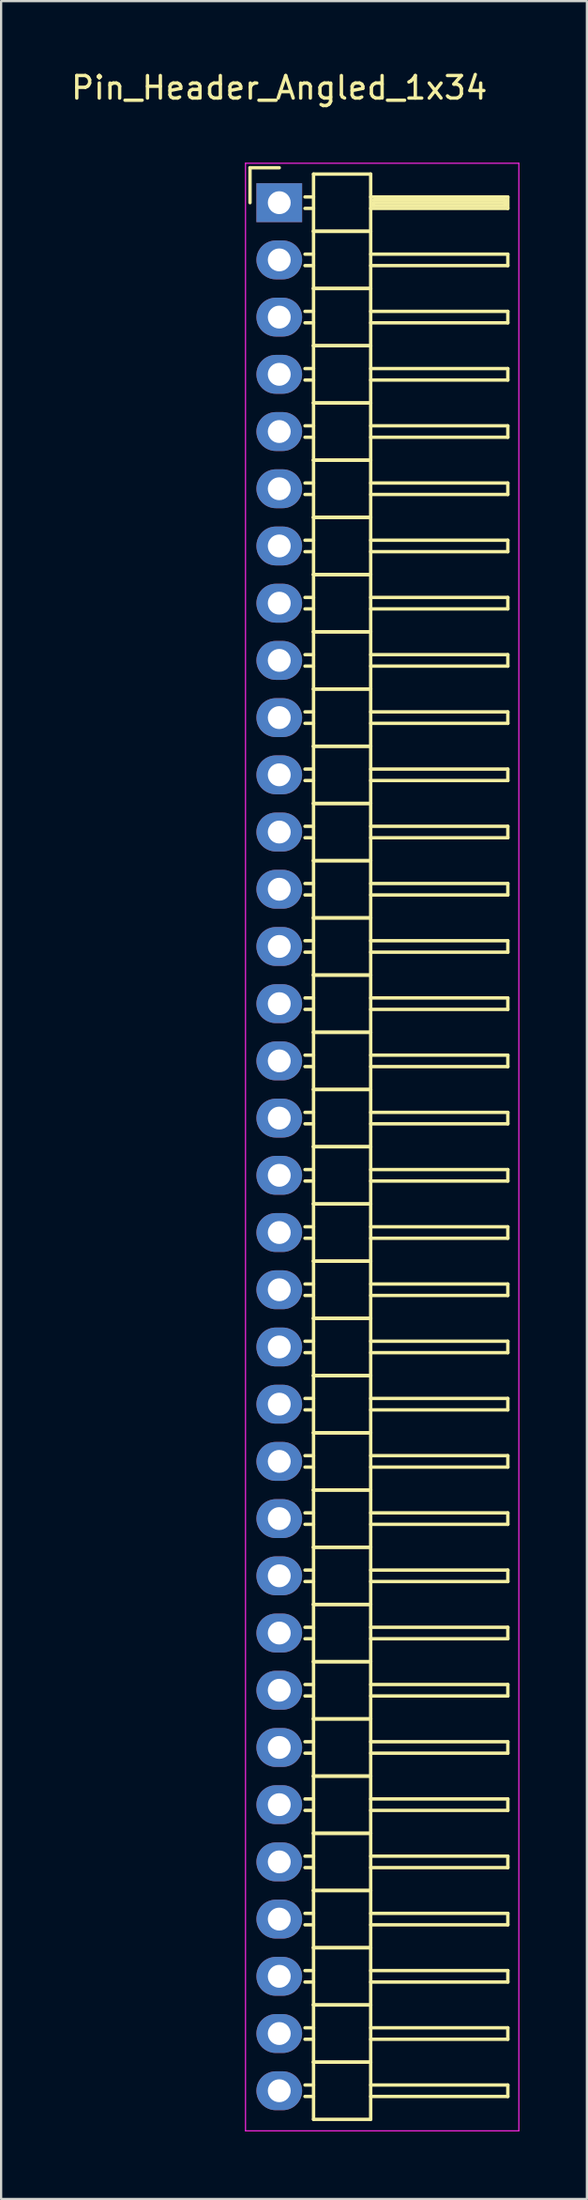
<source format=kicad_pcb>
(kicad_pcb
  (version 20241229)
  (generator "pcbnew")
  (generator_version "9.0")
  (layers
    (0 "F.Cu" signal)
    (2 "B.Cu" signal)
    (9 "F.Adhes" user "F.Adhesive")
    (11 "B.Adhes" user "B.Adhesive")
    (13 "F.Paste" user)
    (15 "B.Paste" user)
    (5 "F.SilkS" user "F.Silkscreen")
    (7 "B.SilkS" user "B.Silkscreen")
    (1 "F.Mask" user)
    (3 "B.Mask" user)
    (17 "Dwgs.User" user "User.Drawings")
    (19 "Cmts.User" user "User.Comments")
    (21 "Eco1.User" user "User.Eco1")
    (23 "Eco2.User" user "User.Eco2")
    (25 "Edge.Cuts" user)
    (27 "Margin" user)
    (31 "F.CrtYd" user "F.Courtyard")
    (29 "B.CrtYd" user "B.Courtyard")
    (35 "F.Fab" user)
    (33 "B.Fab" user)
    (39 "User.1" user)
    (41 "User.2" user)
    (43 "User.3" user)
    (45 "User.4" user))
  (footprint "Pin_Header_Angled_1x34"
    (layer "F.Cu")
    (at 9.363 5.948)
    (property "Reference" "Pin_Header_Angled_1x34" (at 0 -5.1 0) (layer "F.SilkS") (effects (font (size 1 1) (thickness 0.15))))
    (attr through_hole)
    (fp_line (start -1.3 -1.55) (end -1.3 0) (stroke (width 0.15) (type solid)) (layer "F.SilkS"))
    (fp_line (start 0 -1.55) (end -1.3 -1.55) (stroke (width 0.15) (type solid)) (layer "F.SilkS"))
    (fp_line (start 1.524 -1.27) (end 1.524 1.27) (stroke (width 0.15) (type solid)) (layer "F.SilkS"))
    (fp_line (start 1.524 -1.27) (end 4.064 -1.27) (stroke (width 0.15) (type solid)) (layer "F.SilkS"))
    (fp_line (start 1.524 -0.254) (end 1.143 -0.254) (stroke (width 0.15) (type solid)) (layer "F.SilkS"))
    (fp_line (start 1.524 0.254) (end 1.143 0.254) (stroke (width 0.15) (type solid)) (layer "F.SilkS"))
    (fp_line (start 1.524 1.27) (end 1.524 3.81) (stroke (width 0.15) (type solid)) (layer "F.SilkS"))
    (fp_line (start 1.524 1.27) (end 4.064 1.27) (stroke (width 0.15) (type solid)) (layer "F.SilkS"))
    (fp_line (start 1.524 1.27) (end 4.064 1.27) (stroke (width 0.15) (type solid)) (layer "F.SilkS"))
    (fp_line (start 1.524 2.286) (end 1.143 2.286) (stroke (width 0.15) (type solid)) (layer "F.SilkS"))
    (fp_line (start 1.524 2.794) (end 1.143 2.794) (stroke (width 0.15) (type solid)) (layer "F.SilkS"))
    (fp_line (start 1.524 3.81) (end 1.524 6.35) (stroke (width 0.15) (type solid)) (layer "F.SilkS"))
    (fp_line (start 1.524 3.81) (end 4.064 3.81) (stroke (width 0.15) (type solid)) (layer "F.SilkS"))
    (fp_line (start 1.524 3.81) (end 4.064 3.81) (stroke (width 0.15) (type solid)) (layer "F.SilkS"))
    (fp_line (start 1.524 4.826) (end 1.143 4.826) (stroke (width 0.15) (type solid)) (layer "F.SilkS"))
    (fp_line (start 1.524 5.334) (end 1.143 5.334) (stroke (width 0.15) (type solid)) (layer "F.SilkS"))
    (fp_line (start 1.524 6.35) (end 1.524 8.89) (stroke (width 0.15) (type solid)) (layer "F.SilkS"))
    (fp_line (start 1.524 6.35) (end 4.064 6.35) (stroke (width 0.15) (type solid)) (layer "F.SilkS"))
    (fp_line (start 1.524 6.35) (end 4.064 6.35) (stroke (width 0.15) (type solid)) (layer "F.SilkS"))
    (fp_line (start 1.524 7.366) (end 1.143 7.366) (stroke (width 0.15) (type solid)) (layer "F.SilkS"))
    (fp_line (start 1.524 7.874) (end 1.143 7.874) (stroke (width 0.15) (type solid)) (layer "F.SilkS"))
    (fp_line (start 1.524 8.89) (end 1.524 11.43) (stroke (width 0.15) (type solid)) (layer "F.SilkS"))
    (fp_line (start 1.524 8.89) (end 4.064 8.89) (stroke (width 0.15) (type solid)) (layer "F.SilkS"))
    (fp_line (start 1.524 8.89) (end 4.064 8.89) (stroke (width 0.15) (type solid)) (layer "F.SilkS"))
    (fp_line (start 1.524 9.906) (end 1.143 9.906) (stroke (width 0.15) (type solid)) (layer "F.SilkS"))
    (fp_line (start 1.524 10.414) (end 1.143 10.414) (stroke (width 0.15) (type solid)) (layer "F.SilkS"))
    (fp_line (start 1.524 11.43) (end 1.524 13.97) (stroke (width 0.15) (type solid)) (layer "F.SilkS"))
    (fp_line (start 1.524 11.43) (end 4.064 11.43) (stroke (width 0.15) (type solid)) (layer "F.SilkS"))
    (fp_line (start 1.524 11.43) (end 4.064 11.43) (stroke (width 0.15) (type solid)) (layer "F.SilkS"))
    (fp_line (start 1.524 12.446) (end 1.143 12.446) (stroke (width 0.15) (type solid)) (layer "F.SilkS"))
    (fp_line (start 1.524 12.954) (end 1.143 12.954) (stroke (width 0.15) (type solid)) (layer "F.SilkS"))
    (fp_line (start 1.524 13.97) (end 1.524 16.51) (stroke (width 0.15) (type solid)) (layer "F.SilkS"))
    (fp_line (start 1.524 13.97) (end 4.064 13.97) (stroke (width 0.15) (type solid)) (layer "F.SilkS"))
    (fp_line (start 1.524 13.97) (end 4.064 13.97) (stroke (width 0.15) (type solid)) (layer "F.SilkS"))
    (fp_line (start 1.524 14.986) (end 1.143 14.986) (stroke (width 0.15) (type solid)) (layer "F.SilkS"))
    (fp_line (start 1.524 15.494) (end 1.143 15.494) (stroke (width 0.15) (type solid)) (layer "F.SilkS"))
    (fp_line (start 1.524 16.51) (end 1.524 19.05) (stroke (width 0.15) (type solid)) (layer "F.SilkS"))
    (fp_line (start 1.524 16.51) (end 4.064 16.51) (stroke (width 0.15) (type solid)) (layer "F.SilkS"))
    (fp_line (start 1.524 16.51) (end 4.064 16.51) (stroke (width 0.15) (type solid)) (layer "F.SilkS"))
    (fp_line (start 1.524 17.526) (end 1.143 17.526) (stroke (width 0.15) (type solid)) (layer "F.SilkS"))
    (fp_line (start 1.524 18.034) (end 1.143 18.034) (stroke (width 0.15) (type solid)) (layer "F.SilkS"))
    (fp_line (start 1.524 19.05) (end 1.524 21.59) (stroke (width 0.15) (type solid)) (layer "F.SilkS"))
    (fp_line (start 1.524 19.05) (end 4.064 19.05) (stroke (width 0.15) (type solid)) (layer "F.SilkS"))
    (fp_line (start 1.524 19.05) (end 4.064 19.05) (stroke (width 0.15) (type solid)) (layer "F.SilkS"))
    (fp_line (start 1.524 20.066) (end 1.143 20.066) (stroke (width 0.15) (type solid)) (layer "F.SilkS"))
    (fp_line (start 1.524 20.574) (end 1.143 20.574) (stroke (width 0.15) (type solid)) (layer "F.SilkS"))
    (fp_line (start 1.524 21.59) (end 1.524 24.13) (stroke (width 0.15) (type solid)) (layer "F.SilkS"))
    (fp_line (start 1.524 21.59) (end 4.064 21.59) (stroke (width 0.15) (type solid)) (layer "F.SilkS"))
    (fp_line (start 1.524 21.59) (end 4.064 21.59) (stroke (width 0.15) (type solid)) (layer "F.SilkS"))
    (fp_line (start 1.524 22.606) (end 1.143 22.606) (stroke (width 0.15) (type solid)) (layer "F.SilkS"))
    (fp_line (start 1.524 23.114) (end 1.143 23.114) (stroke (width 0.15) (type solid)) (layer "F.SilkS"))
    (fp_line (start 1.524 24.13) (end 1.524 26.67) (stroke (width 0.15) (type solid)) (layer "F.SilkS"))
    (fp_line (start 1.524 24.13) (end 4.064 24.13) (stroke (width 0.15) (type solid)) (layer "F.SilkS"))
    (fp_line (start 1.524 24.13) (end 4.064 24.13) (stroke (width 0.15) (type solid)) (layer "F.SilkS"))
    (fp_line (start 1.524 25.146) (end 1.143 25.146) (stroke (width 0.15) (type solid)) (layer "F.SilkS"))
    (fp_line (start 1.524 25.654) (end 1.143 25.654) (stroke (width 0.15) (type solid)) (layer "F.SilkS"))
    (fp_line (start 1.524 26.67) (end 1.524 29.21) (stroke (width 0.15) (type solid)) (layer "F.SilkS"))
    (fp_line (start 1.524 26.67) (end 4.064 26.67) (stroke (width 0.15) (type solid)) (layer "F.SilkS"))
    (fp_line (start 1.524 26.67) (end 4.064 26.67) (stroke (width 0.15) (type solid)) (layer "F.SilkS"))
    (fp_line (start 1.524 27.686) (end 1.143 27.686) (stroke (width 0.15) (type solid)) (layer "F.SilkS"))
    (fp_line (start 1.524 28.194) (end 1.143 28.194) (stroke (width 0.15) (type solid)) (layer "F.SilkS"))
    (fp_line (start 1.524 29.21) (end 1.524 31.75) (stroke (width 0.15) (type solid)) (layer "F.SilkS"))
    (fp_line (start 1.524 29.21) (end 4.064 29.21) (stroke (width 0.15) (type solid)) (layer "F.SilkS"))
    (fp_line (start 1.524 29.21) (end 4.064 29.21) (stroke (width 0.15) (type solid)) (layer "F.SilkS"))
    (fp_line (start 1.524 30.226) (end 1.143 30.226) (stroke (width 0.15) (type solid)) (layer "F.SilkS"))
    (fp_line (start 1.524 30.734) (end 1.143 30.734) (stroke (width 0.15) (type solid)) (layer "F.SilkS"))
    (fp_line (start 1.524 31.75) (end 1.524 34.29) (stroke (width 0.15) (type solid)) (layer "F.SilkS"))
    (fp_line (start 1.524 31.75) (end 4.064 31.75) (stroke (width 0.15) (type solid)) (layer "F.SilkS"))
    (fp_line (start 1.524 31.75) (end 4.064 31.75) (stroke (width 0.15) (type solid)) (layer "F.SilkS"))
    (fp_line (start 1.524 32.766) (end 1.143 32.766) (stroke (width 0.15) (type solid)) (layer "F.SilkS"))
    (fp_line (start 1.524 33.274) (end 1.143 33.274) (stroke (width 0.15) (type solid)) (layer "F.SilkS"))
    (fp_line (start 1.524 34.29) (end 1.524 36.83) (stroke (width 0.15) (type solid)) (layer "F.SilkS"))
    (fp_line (start 1.524 34.29) (end 4.064 34.29) (stroke (width 0.15) (type solid)) (layer "F.SilkS"))
    (fp_line (start 1.524 34.29) (end 4.064 34.29) (stroke (width 0.15) (type solid)) (layer "F.SilkS"))
    (fp_line (start 1.524 35.306) (end 1.143 35.306) (stroke (width 0.15) (type solid)) (layer "F.SilkS"))
    (fp_line (start 1.524 35.814) (end 1.143 35.814) (stroke (width 0.15) (type solid)) (layer "F.SilkS"))
    (fp_line (start 1.524 36.83) (end 1.524 39.37) (stroke (width 0.15) (type solid)) (layer "F.SilkS"))
    (fp_line (start 1.524 36.83) (end 4.064 36.83) (stroke (width 0.15) (type solid)) (layer "F.SilkS"))
    (fp_line (start 1.524 36.83) (end 4.064 36.83) (stroke (width 0.15) (type solid)) (layer "F.SilkS"))
    (fp_line (start 1.524 37.846) (end 1.143 37.846) (stroke (width 0.15) (type solid)) (layer "F.SilkS"))
    (fp_line (start 1.524 38.354) (end 1.143 38.354) (stroke (width 0.15) (type solid)) (layer "F.SilkS"))
    (fp_line (start 1.524 39.37) (end 1.524 41.91) (stroke (width 0.15) (type solid)) (layer "F.SilkS"))
    (fp_line (start 1.524 39.37) (end 4.064 39.37) (stroke (width 0.15) (type solid)) (layer "F.SilkS"))
    (fp_line (start 1.524 39.37) (end 4.064 39.37) (stroke (width 0.15) (type solid)) (layer "F.SilkS"))
    (fp_line (start 1.524 40.386) (end 1.143 40.386) (stroke (width 0.15) (type solid)) (layer "F.SilkS"))
    (fp_line (start 1.524 40.894) (end 1.143 40.894) (stroke (width 0.15) (type solid)) (layer "F.SilkS"))
    (fp_line (start 1.524 41.91) (end 1.524 44.45) (stroke (width 0.15) (type solid)) (layer "F.SilkS"))
    (fp_line (start 1.524 41.91) (end 4.064 41.91) (stroke (width 0.15) (type solid)) (layer "F.SilkS"))
    (fp_line (start 1.524 41.91) (end 4.064 41.91) (stroke (width 0.15) (type solid)) (layer "F.SilkS"))
    (fp_line (start 1.524 42.926) (end 1.143 42.926) (stroke (width 0.15) (type solid)) (layer "F.SilkS"))
    (fp_line (start 1.524 43.434) (end 1.143 43.434) (stroke (width 0.15) (type solid)) (layer "F.SilkS"))
    (fp_line (start 1.524 44.45) (end 1.524 46.99) (stroke (width 0.15) (type solid)) (layer "F.SilkS"))
    (fp_line (start 1.524 44.45) (end 4.064 44.45) (stroke (width 0.15) (type solid)) (layer "F.SilkS"))
    (fp_line (start 1.524 44.45) (end 4.064 44.45) (stroke (width 0.15) (type solid)) (layer "F.SilkS"))
    (fp_line (start 1.524 45.466) (end 1.143 45.466) (stroke (width 0.15) (type solid)) (layer "F.SilkS"))
    (fp_line (start 1.524 45.974) (end 1.143 45.974) (stroke (width 0.15) (type solid)) (layer "F.SilkS"))
    (fp_line (start 1.524 46.99) (end 1.524 49.53) (stroke (width 0.15) (type solid)) (layer "F.SilkS"))
    (fp_line (start 1.524 46.99) (end 4.064 46.99) (stroke (width 0.15) (type solid)) (layer "F.SilkS"))
    (fp_line (start 1.524 46.99) (end 4.064 46.99) (stroke (width 0.15) (type solid)) (layer "F.SilkS"))
    (fp_line (start 1.524 48.006) (end 1.143 48.006) (stroke (width 0.15) (type solid)) (layer "F.SilkS"))
    (fp_line (start 1.524 48.514) (end 1.143 48.514) (stroke (width 0.15) (type solid)) (layer "F.SilkS"))
    (fp_line (start 1.524 49.53) (end 1.524 52.07) (stroke (width 0.15) (type solid)) (layer "F.SilkS"))
    (fp_line (start 1.524 49.53) (end 4.064 49.53) (stroke (width 0.15) (type solid)) (layer "F.SilkS"))
    (fp_line (start 1.524 49.53) (end 4.064 49.53) (stroke (width 0.15) (type solid)) (layer "F.SilkS"))
    (fp_line (start 1.524 50.546) (end 1.143 50.546) (stroke (width 0.15) (type solid)) (layer "F.SilkS"))
    (fp_line (start 1.524 51.054) (end 1.143 51.054) (stroke (width 0.15) (type solid)) (layer "F.SilkS"))
    (fp_line (start 1.524 52.07) (end 1.524 54.61) (stroke (width 0.15) (type solid)) (layer "F.SilkS"))
    (fp_line (start 1.524 52.07) (end 4.064 52.07) (stroke (width 0.15) (type solid)) (layer "F.SilkS"))
    (fp_line (start 1.524 52.07) (end 4.064 52.07) (stroke (width 0.15) (type solid)) (layer "F.SilkS"))
    (fp_line (start 1.524 53.086) (end 1.143 53.086) (stroke (width 0.15) (type solid)) (layer "F.SilkS"))
    (fp_line (start 1.524 53.594) (end 1.143 53.594) (stroke (width 0.15) (type solid)) (layer "F.SilkS"))
    (fp_line (start 1.524 54.61) (end 1.524 57.15) (stroke (width 0.15) (type solid)) (layer "F.SilkS"))
    (fp_line (start 1.524 54.61) (end 4.064 54.61) (stroke (width 0.15) (type solid)) (layer "F.SilkS"))
    (fp_line (start 1.524 54.61) (end 4.064 54.61) (stroke (width 0.15) (type solid)) (layer "F.SilkS"))
    (fp_line (start 1.524 55.626) (end 1.143 55.626) (stroke (width 0.15) (type solid)) (layer "F.SilkS"))
    (fp_line (start 1.524 56.134) (end 1.143 56.134) (stroke (width 0.15) (type solid)) (layer "F.SilkS"))
    (fp_line (start 1.524 57.15) (end 1.524 59.69) (stroke (width 0.15) (type solid)) (layer "F.SilkS"))
    (fp_line (start 1.524 57.15) (end 4.064 57.15) (stroke (width 0.15) (type solid)) (layer "F.SilkS"))
    (fp_line (start 1.524 57.15) (end 4.064 57.15) (stroke (width 0.15) (type solid)) (layer "F.SilkS"))
    (fp_line (start 1.524 58.166) (end 1.143 58.166) (stroke (width 0.15) (type solid)) (layer "F.SilkS"))
    (fp_line (start 1.524 58.674) (end 1.143 58.674) (stroke (width 0.15) (type solid)) (layer "F.SilkS"))
    (fp_line (start 1.524 59.69) (end 1.524 62.23) (stroke (width 0.15) (type solid)) (layer "F.SilkS"))
    (fp_line (start 1.524 59.69) (end 4.064 59.69) (stroke (width 0.15) (type solid)) (layer "F.SilkS"))
    (fp_line (start 1.524 59.69) (end 4.064 59.69) (stroke (width 0.15) (type solid)) (layer "F.SilkS"))
    (fp_line (start 1.524 60.706) (end 1.143 60.706) (stroke (width 0.15) (type solid)) (layer "F.SilkS"))
    (fp_line (start 1.524 61.214) (end 1.143 61.214) (stroke (width 0.15) (type solid)) (layer "F.SilkS"))
    (fp_line (start 1.524 62.23) (end 1.524 64.77) (stroke (width 0.15) (type solid)) (layer "F.SilkS"))
    (fp_line (start 1.524 62.23) (end 4.064 62.23) (stroke (width 0.15) (type solid)) (layer "F.SilkS"))
    (fp_line (start 1.524 62.23) (end 4.064 62.23) (stroke (width 0.15) (type solid)) (layer "F.SilkS"))
    (fp_line (start 1.524 63.246) (end 1.143 63.246) (stroke (width 0.15) (type solid)) (layer "F.SilkS"))
    (fp_line (start 1.524 63.754) (end 1.143 63.754) (stroke (width 0.15) (type solid)) (layer "F.SilkS"))
    (fp_line (start 1.524 64.77) (end 1.524 67.31) (stroke (width 0.15) (type solid)) (layer "F.SilkS"))
    (fp_line (start 1.524 64.77) (end 4.064 64.77) (stroke (width 0.15) (type solid)) (layer "F.SilkS"))
    (fp_line (start 1.524 64.77) (end 4.064 64.77) (stroke (width 0.15) (type solid)) (layer "F.SilkS"))
    (fp_line (start 1.524 65.786) (end 1.143 65.786) (stroke (width 0.15) (type solid)) (layer "F.SilkS"))
    (fp_line (start 1.524 66.294) (end 1.143 66.294) (stroke (width 0.15) (type solid)) (layer "F.SilkS"))
    (fp_line (start 1.524 67.31) (end 1.524 69.85) (stroke (width 0.15) (type solid)) (layer "F.SilkS"))
    (fp_line (start 1.524 67.31) (end 4.064 67.31) (stroke (width 0.15) (type solid)) (layer "F.SilkS"))
    (fp_line (start 1.524 67.31) (end 4.064 67.31) (stroke (width 0.15) (type solid)) (layer "F.SilkS"))
    (fp_line (start 1.524 68.326) (end 1.143 68.326) (stroke (width 0.15) (type solid)) (layer "F.SilkS"))
    (fp_line (start 1.524 68.834) (end 1.143 68.834) (stroke (width 0.15) (type solid)) (layer "F.SilkS"))
    (fp_line (start 1.524 69.85) (end 1.524 72.39) (stroke (width 0.15) (type solid)) (layer "F.SilkS"))
    (fp_line (start 1.524 69.85) (end 4.064 69.85) (stroke (width 0.15) (type solid)) (layer "F.SilkS"))
    (fp_line (start 1.524 69.85) (end 4.064 69.85) (stroke (width 0.15) (type solid)) (layer "F.SilkS"))
    (fp_line (start 1.524 70.866) (end 1.143 70.866) (stroke (width 0.15) (type solid)) (layer "F.SilkS"))
    (fp_line (start 1.524 71.374) (end 1.143 71.374) (stroke (width 0.15) (type solid)) (layer "F.SilkS"))
    (fp_line (start 1.524 72.39) (end 1.524 74.93) (stroke (width 0.15) (type solid)) (layer "F.SilkS"))
    (fp_line (start 1.524 72.39) (end 4.064 72.39) (stroke (width 0.15) (type solid)) (layer "F.SilkS"))
    (fp_line (start 1.524 72.39) (end 4.064 72.39) (stroke (width 0.15) (type solid)) (layer "F.SilkS"))
    (fp_line (start 1.524 73.406) (end 1.143 73.406) (stroke (width 0.15) (type solid)) (layer "F.SilkS"))
    (fp_line (start 1.524 73.914) (end 1.143 73.914) (stroke (width 0.15) (type solid)) (layer "F.SilkS"))
    (fp_line (start 1.524 74.93) (end 1.524 77.47) (stroke (width 0.15) (type solid)) (layer "F.SilkS"))
    (fp_line (start 1.524 74.93) (end 4.064 74.93) (stroke (width 0.15) (type solid)) (layer "F.SilkS"))
    (fp_line (start 1.524 74.93) (end 4.064 74.93) (stroke (width 0.15) (type solid)) (layer "F.SilkS"))
    (fp_line (start 1.524 75.946) (end 1.143 75.946) (stroke (width 0.15) (type solid)) (layer "F.SilkS"))
    (fp_line (start 1.524 76.454) (end 1.143 76.454) (stroke (width 0.15) (type solid)) (layer "F.SilkS"))
    (fp_line (start 1.524 77.47) (end 1.524 80.01) (stroke (width 0.15) (type solid)) (layer "F.SilkS"))
    (fp_line (start 1.524 77.47) (end 4.064 77.47) (stroke (width 0.15) (type solid)) (layer "F.SilkS"))
    (fp_line (start 1.524 77.47) (end 4.064 77.47) (stroke (width 0.15) (type solid)) (layer "F.SilkS"))
    (fp_line (start 1.524 78.486) (end 1.143 78.486) (stroke (width 0.15) (type solid)) (layer "F.SilkS"))
    (fp_line (start 1.524 78.994) (end 1.143 78.994) (stroke (width 0.15) (type solid)) (layer "F.SilkS"))
    (fp_line (start 1.524 80.01) (end 1.524 82.55) (stroke (width 0.15) (type solid)) (layer "F.SilkS"))
    (fp_line (start 1.524 80.01) (end 4.064 80.01) (stroke (width 0.15) (type solid)) (layer "F.SilkS"))
    (fp_line (start 1.524 80.01) (end 4.064 80.01) (stroke (width 0.15) (type solid)) (layer "F.SilkS"))
    (fp_line (start 1.524 81.026) (end 1.143 81.026) (stroke (width 0.15) (type solid)) (layer "F.SilkS"))
    (fp_line (start 1.524 81.534) (end 1.143 81.534) (stroke (width 0.15) (type solid)) (layer "F.SilkS"))
    (fp_line (start 1.524 82.55) (end 1.524 85.09) (stroke (width 0.15) (type solid)) (layer "F.SilkS"))
    (fp_line (start 1.524 82.55) (end 4.064 82.55) (stroke (width 0.15) (type solid)) (layer "F.SilkS"))
    (fp_line (start 1.524 82.55) (end 4.064 82.55) (stroke (width 0.15) (type solid)) (layer "F.SilkS"))
    (fp_line (start 1.524 83.566) (end 1.143 83.566) (stroke (width 0.15) (type solid)) (layer "F.SilkS"))
    (fp_line (start 1.524 84.074) (end 1.143 84.074) (stroke (width 0.15) (type solid)) (layer "F.SilkS"))
    (fp_line (start 1.524 85.09) (end 4.064 85.09) (stroke (width 0.15) (type solid)) (layer "F.SilkS"))
    (fp_line (start 4.064 -0.254) (end 10.16 -0.254) (stroke (width 0.15) (type solid)) (layer "F.SilkS"))
    (fp_line (start 4.064 1.27) (end 4.064 -1.27) (stroke (width 0.15) (type solid)) (layer "F.SilkS"))
    (fp_line (start 4.064 2.286) (end 10.16 2.286) (stroke (width 0.15) (type solid)) (layer "F.SilkS"))
    (fp_line (start 4.064 3.81) (end 4.064 1.27) (stroke (width 0.15) (type solid)) (layer "F.SilkS"))
    (fp_line (start 4.064 4.826) (end 10.16 4.826) (stroke (width 0.15) (type solid)) (layer "F.SilkS"))
    (fp_line (start 4.064 6.35) (end 4.064 3.81) (stroke (width 0.15) (type solid)) (layer "F.SilkS"))
    (fp_line (start 4.064 7.366) (end 10.16 7.366) (stroke (width 0.15) (type solid)) (layer "F.SilkS"))
    (fp_line (start 4.064 8.89) (end 4.064 6.35) (stroke (width 0.15) (type solid)) (layer "F.SilkS"))
    (fp_line (start 4.064 9.906) (end 10.16 9.906) (stroke (width 0.15) (type solid)) (layer "F.SilkS"))
    (fp_line (start 4.064 11.43) (end 4.064 8.89) (stroke (width 0.15) (type solid)) (layer "F.SilkS"))
    (fp_line (start 4.064 12.446) (end 10.16 12.446) (stroke (width 0.15) (type solid)) (layer "F.SilkS"))
    (fp_line (start 4.064 13.97) (end 4.064 11.43) (stroke (width 0.15) (type solid)) (layer "F.SilkS"))
    (fp_line (start 4.064 14.986) (end 10.16 14.986) (stroke (width 0.15) (type solid)) (layer "F.SilkS"))
    (fp_line (start 4.064 16.51) (end 4.064 13.97) (stroke (width 0.15) (type solid)) (layer "F.SilkS"))
    (fp_line (start 4.064 17.526) (end 10.16 17.526) (stroke (width 0.15) (type solid)) (layer "F.SilkS"))
    (fp_line (start 4.064 19.05) (end 4.064 16.51) (stroke (width 0.15) (type solid)) (layer "F.SilkS"))
    (fp_line (start 4.064 20.066) (end 10.16 20.066) (stroke (width 0.15) (type solid)) (layer "F.SilkS"))
    (fp_line (start 4.064 21.59) (end 4.064 19.05) (stroke (width 0.15) (type solid)) (layer "F.SilkS"))
    (fp_line (start 4.064 22.606) (end 10.16 22.606) (stroke (width 0.15) (type solid)) (layer "F.SilkS"))
    (fp_line (start 4.064 24.13) (end 4.064 21.59) (stroke (width 0.15) (type solid)) (layer "F.SilkS"))
    (fp_line (start 4.064 25.146) (end 10.16 25.146) (stroke (width 0.15) (type solid)) (layer "F.SilkS"))
    (fp_line (start 4.064 26.67) (end 4.064 24.13) (stroke (width 0.15) (type solid)) (layer "F.SilkS"))
    (fp_line (start 4.064 27.686) (end 10.16 27.686) (stroke (width 0.15) (type solid)) (layer "F.SilkS"))
    (fp_line (start 4.064 29.21) (end 4.064 26.67) (stroke (width 0.15) (type solid)) (layer "F.SilkS"))
    (fp_line (start 4.064 30.226) (end 10.16 30.226) (stroke (width 0.15) (type solid)) (layer "F.SilkS"))
    (fp_line (start 4.064 31.75) (end 4.064 29.21) (stroke (width 0.15) (type solid)) (layer "F.SilkS"))
    (fp_line (start 4.064 32.766) (end 10.16 32.766) (stroke (width 0.15) (type solid)) (layer "F.SilkS"))
    (fp_line (start 4.064 34.29) (end 4.064 31.75) (stroke (width 0.15) (type solid)) (layer "F.SilkS"))
    (fp_line (start 4.064 35.306) (end 10.16 35.306) (stroke (width 0.15) (type solid)) (layer "F.SilkS"))
    (fp_line (start 4.064 36.83) (end 4.064 34.29) (stroke (width 0.15) (type solid)) (layer "F.SilkS"))
    (fp_line (start 4.064 37.846) (end 10.16 37.846) (stroke (width 0.15) (type solid)) (layer "F.SilkS"))
    (fp_line (start 4.064 39.37) (end 4.064 36.83) (stroke (width 0.15) (type solid)) (layer "F.SilkS"))
    (fp_line (start 4.064 40.386) (end 10.16 40.386) (stroke (width 0.15) (type solid)) (layer "F.SilkS"))
    (fp_line (start 4.064 41.91) (end 4.064 39.37) (stroke (width 0.15) (type solid)) (layer "F.SilkS"))
    (fp_line (start 4.064 42.926) (end 10.16 42.926) (stroke (width 0.15) (type solid)) (layer "F.SilkS"))
    (fp_line (start 4.064 44.45) (end 4.064 41.91) (stroke (width 0.15) (type solid)) (layer "F.SilkS"))
    (fp_line (start 4.064 45.466) (end 10.16 45.466) (stroke (width 0.15) (type solid)) (layer "F.SilkS"))
    (fp_line (start 4.064 46.99) (end 4.064 44.45) (stroke (width 0.15) (type solid)) (layer "F.SilkS"))
    (fp_line (start 4.064 48.006) (end 10.16 48.006) (stroke (width 0.15) (type solid)) (layer "F.SilkS"))
    (fp_line (start 4.064 49.53) (end 4.064 46.99) (stroke (width 0.15) (type solid)) (layer "F.SilkS"))
    (fp_line (start 4.064 50.546) (end 10.16 50.546) (stroke (width 0.15) (type solid)) (layer "F.SilkS"))
    (fp_line (start 4.064 52.07) (end 4.064 49.53) (stroke (width 0.15) (type solid)) (layer "F.SilkS"))
    (fp_line (start 4.064 53.086) (end 10.16 53.086) (stroke (width 0.15) (type solid)) (layer "F.SilkS"))
    (fp_line (start 4.064 54.61) (end 4.064 52.07) (stroke (width 0.15) (type solid)) (layer "F.SilkS"))
    (fp_line (start 4.064 55.626) (end 10.16 55.626) (stroke (width 0.15) (type solid)) (layer "F.SilkS"))
    (fp_line (start 4.064 57.15) (end 4.064 54.61) (stroke (width 0.15) (type solid)) (layer "F.SilkS"))
    (fp_line (start 4.064 58.166) (end 10.16 58.166) (stroke (width 0.15) (type solid)) (layer "F.SilkS"))
    (fp_line (start 4.064 59.69) (end 4.064 57.15) (stroke (width 0.15) (type solid)) (layer "F.SilkS"))
    (fp_line (start 4.064 60.706) (end 10.16 60.706) (stroke (width 0.15) (type solid)) (layer "F.SilkS"))
    (fp_line (start 4.064 62.23) (end 4.064 59.69) (stroke (width 0.15) (type solid)) (layer "F.SilkS"))
    (fp_line (start 4.064 63.246) (end 10.16 63.246) (stroke (width 0.15) (type solid)) (layer "F.SilkS"))
    (fp_line (start 4.064 64.77) (end 4.064 62.23) (stroke (width 0.15) (type solid)) (layer "F.SilkS"))
    (fp_line (start 4.064 65.786) (end 10.16 65.786) (stroke (width 0.15) (type solid)) (layer "F.SilkS"))
    (fp_line (start 4.064 67.31) (end 4.064 64.77) (stroke (width 0.15) (type solid)) (layer "F.SilkS"))
    (fp_line (start 4.064 68.326) (end 10.16 68.326) (stroke (width 0.15) (type solid)) (layer "F.SilkS"))
    (fp_line (start 4.064 69.85) (end 4.064 67.31) (stroke (width 0.15) (type solid)) (layer "F.SilkS"))
    (fp_line (start 4.064 70.866) (end 10.16 70.866) (stroke (width 0.15) (type solid)) (layer "F.SilkS"))
    (fp_line (start 4.064 72.39) (end 4.064 69.85) (stroke (width 0.15) (type solid)) (layer "F.SilkS"))
    (fp_line (start 4.064 73.406) (end 10.16 73.406) (stroke (width 0.15) (type solid)) (layer "F.SilkS"))
    (fp_line (start 4.064 74.93) (end 4.064 72.39) (stroke (width 0.15) (type solid)) (layer "F.SilkS"))
    (fp_line (start 4.064 75.946) (end 10.16 75.946) (stroke (width 0.15) (type solid)) (layer "F.SilkS"))
    (fp_line (start 4.064 77.47) (end 4.064 74.93) (stroke (width 0.15) (type solid)) (layer "F.SilkS"))
    (fp_line (start 4.064 78.486) (end 10.16 78.486) (stroke (width 0.15) (type solid)) (layer "F.SilkS"))
    (fp_line (start 4.064 80.01) (end 4.064 77.47) (stroke (width 0.15) (type solid)) (layer "F.SilkS"))
    (fp_line (start 4.064 81.026) (end 10.16 81.026) (stroke (width 0.15) (type solid)) (layer "F.SilkS"))
    (fp_line (start 4.064 82.55) (end 4.064 80.01) (stroke (width 0.15) (type solid)) (layer "F.SilkS"))
    (fp_line (start 4.064 83.566) (end 10.16 83.566) (stroke (width 0.15) (type solid)) (layer "F.SilkS"))
    (fp_line (start 4.064 85.09) (end 4.064 82.55) (stroke (width 0.15) (type solid)) (layer "F.SilkS"))
    (fp_line (start 4.191 -0.127) (end 10.033 -0.127) (stroke (width 0.15) (type solid)) (layer "F.SilkS"))
    (fp_line (start 4.191 0) (end 10.033 0) (stroke (width 0.15) (type solid)) (layer "F.SilkS"))
    (fp_line (start 4.191 0.127) (end 4.191 0) (stroke (width 0.15) (type solid)) (layer "F.SilkS"))
    (fp_line (start 10.033 -0.127) (end 10.033 0.127) (stroke (width 0.15) (type solid)) (layer "F.SilkS"))
    (fp_line (start 10.033 0.127) (end 4.191 0.127) (stroke (width 0.15) (type solid)) (layer "F.SilkS"))
    (fp_line (start 10.16 -0.254) (end 10.16 0.254) (stroke (width 0.15) (type solid)) (layer "F.SilkS"))
    (fp_line (start 10.16 0.254) (end 4.064 0.254) (stroke (width 0.15) (type solid)) (layer "F.SilkS"))
    (fp_line (start 10.16 2.286) (end 10.16 2.794) (stroke (width 0.15) (type solid)) (layer "F.SilkS"))
    (fp_line (start 10.16 2.794) (end 4.064 2.794) (stroke (width 0.15) (type solid)) (layer "F.SilkS"))
    (fp_line (start 10.16 4.826) (end 10.16 5.334) (stroke (width 0.15) (type solid)) (layer "F.SilkS"))
    (fp_line (start 10.16 5.334) (end 4.064 5.334) (stroke (width 0.15) (type solid)) (layer "F.SilkS"))
    (fp_line (start 10.16 7.366) (end 10.16 7.874) (stroke (width 0.15) (type solid)) (layer "F.SilkS"))
    (fp_line (start 10.16 7.874) (end 4.064 7.874) (stroke (width 0.15) (type solid)) (layer "F.SilkS"))
    (fp_line (start 10.16 9.906) (end 10.16 10.414) (stroke (width 0.15) (type solid)) (layer "F.SilkS"))
    (fp_line (start 10.16 10.414) (end 4.064 10.414) (stroke (width 0.15) (type solid)) (layer "F.SilkS"))
    (fp_line (start 10.16 12.446) (end 10.16 12.954) (stroke (width 0.15) (type solid)) (layer "F.SilkS"))
    (fp_line (start 10.16 12.954) (end 4.064 12.954) (stroke (width 0.15) (type solid)) (layer "F.SilkS"))
    (fp_line (start 10.16 14.986) (end 10.16 15.494) (stroke (width 0.15) (type solid)) (layer "F.SilkS"))
    (fp_line (start 10.16 15.494) (end 4.064 15.494) (stroke (width 0.15) (type solid)) (layer "F.SilkS"))
    (fp_line (start 10.16 17.526) (end 10.16 18.034) (stroke (width 0.15) (type solid)) (layer "F.SilkS"))
    (fp_line (start 10.16 18.034) (end 4.064 18.034) (stroke (width 0.15) (type solid)) (layer "F.SilkS"))
    (fp_line (start 10.16 20.066) (end 10.16 20.574) (stroke (width 0.15) (type solid)) (layer "F.SilkS"))
    (fp_line (start 10.16 20.574) (end 4.064 20.574) (stroke (width 0.15) (type solid)) (layer "F.SilkS"))
    (fp_line (start 10.16 22.606) (end 10.16 23.114) (stroke (width 0.15) (type solid)) (layer "F.SilkS"))
    (fp_line (start 10.16 23.114) (end 4.064 23.114) (stroke (width 0.15) (type solid)) (layer "F.SilkS"))
    (fp_line (start 10.16 25.146) (end 10.16 25.654) (stroke (width 0.15) (type solid)) (layer "F.SilkS"))
    (fp_line (start 10.16 25.654) (end 4.064 25.654) (stroke (width 0.15) (type solid)) (layer "F.SilkS"))
    (fp_line (start 10.16 27.686) (end 10.16 28.194) (stroke (width 0.15) (type solid)) (layer "F.SilkS"))
    (fp_line (start 10.16 28.194) (end 4.064 28.194) (stroke (width 0.15) (type solid)) (layer "F.SilkS"))
    (fp_line (start 10.16 30.226) (end 10.16 30.734) (stroke (width 0.15) (type solid)) (layer "F.SilkS"))
    (fp_line (start 10.16 30.734) (end 4.064 30.734) (stroke (width 0.15) (type solid)) (layer "F.SilkS"))
    (fp_line (start 10.16 32.766) (end 10.16 33.274) (stroke (width 0.15) (type solid)) (layer "F.SilkS"))
    (fp_line (start 10.16 33.274) (end 4.064 33.274) (stroke (width 0.15) (type solid)) (layer "F.SilkS"))
    (fp_line (start 10.16 35.306) (end 10.16 35.814) (stroke (width 0.15) (type solid)) (layer "F.SilkS"))
    (fp_line (start 10.16 35.814) (end 4.064 35.814) (stroke (width 0.15) (type solid)) (layer "F.SilkS"))
    (fp_line (start 10.16 37.846) (end 10.16 38.354) (stroke (width 0.15) (type solid)) (layer "F.SilkS"))
    (fp_line (start 10.16 38.354) (end 4.064 38.354) (stroke (width 0.15) (type solid)) (layer "F.SilkS"))
    (fp_line (start 10.16 40.386) (end 10.16 40.894) (stroke (width 0.15) (type solid)) (layer "F.SilkS"))
    (fp_line (start 10.16 40.894) (end 4.064 40.894) (stroke (width 0.15) (type solid)) (layer "F.SilkS"))
    (fp_line (start 10.16 42.926) (end 10.16 43.434) (stroke (width 0.15) (type solid)) (layer "F.SilkS"))
    (fp_line (start 10.16 43.434) (end 4.064 43.434) (stroke (width 0.15) (type solid)) (layer "F.SilkS"))
    (fp_line (start 10.16 45.466) (end 10.16 45.974) (stroke (width 0.15) (type solid)) (layer "F.SilkS"))
    (fp_line (start 10.16 45.974) (end 4.064 45.974) (stroke (width 0.15) (type solid)) (layer "F.SilkS"))
    (fp_line (start 10.16 48.006) (end 10.16 48.514) (stroke (width 0.15) (type solid)) (layer "F.SilkS"))
    (fp_line (start 10.16 48.514) (end 4.064 48.514) (stroke (width 0.15) (type solid)) (layer "F.SilkS"))
    (fp_line (start 10.16 50.546) (end 10.16 51.054) (stroke (width 0.15) (type solid)) (layer "F.SilkS"))
    (fp_line (start 10.16 51.054) (end 4.064 51.054) (stroke (width 0.15) (type solid)) (layer "F.SilkS"))
    (fp_line (start 10.16 53.086) (end 10.16 53.594) (stroke (width 0.15) (type solid)) (layer "F.SilkS"))
    (fp_line (start 10.16 53.594) (end 4.064 53.594) (stroke (width 0.15) (type solid)) (layer "F.SilkS"))
    (fp_line (start 10.16 55.626) (end 10.16 56.134) (stroke (width 0.15) (type solid)) (layer "F.SilkS"))
    (fp_line (start 10.16 56.134) (end 4.064 56.134) (stroke (width 0.15) (type solid)) (layer "F.SilkS"))
    (fp_line (start 10.16 58.166) (end 10.16 58.674) (stroke (width 0.15) (type solid)) (layer "F.SilkS"))
    (fp_line (start 10.16 58.674) (end 4.064 58.674) (stroke (width 0.15) (type solid)) (layer "F.SilkS"))
    (fp_line (start 10.16 60.706) (end 10.16 61.214) (stroke (width 0.15) (type solid)) (layer "F.SilkS"))
    (fp_line (start 10.16 61.214) (end 4.064 61.214) (stroke (width 0.15) (type solid)) (layer "F.SilkS"))
    (fp_line (start 10.16 63.246) (end 10.16 63.754) (stroke (width 0.15) (type solid)) (layer "F.SilkS"))
    (fp_line (start 10.16 63.754) (end 4.064 63.754) (stroke (width 0.15) (type solid)) (layer "F.SilkS"))
    (fp_line (start 10.16 65.786) (end 10.16 66.294) (stroke (width 0.15) (type solid)) (layer "F.SilkS"))
    (fp_line (start 10.16 66.294) (end 4.064 66.294) (stroke (width 0.15) (type solid)) (layer "F.SilkS"))
    (fp_line (start 10.16 68.326) (end 10.16 68.834) (stroke (width 0.15) (type solid)) (layer "F.SilkS"))
    (fp_line (start 10.16 68.834) (end 4.064 68.834) (stroke (width 0.15) (type solid)) (layer "F.SilkS"))
    (fp_line (start 10.16 70.866) (end 10.16 71.374) (stroke (width 0.15) (type solid)) (layer "F.SilkS"))
    (fp_line (start 10.16 71.374) (end 4.064 71.374) (stroke (width 0.15) (type solid)) (layer "F.SilkS"))
    (fp_line (start 10.16 73.406) (end 10.16 73.914) (stroke (width 0.15) (type solid)) (layer "F.SilkS"))
    (fp_line (start 10.16 73.914) (end 4.064 73.914) (stroke (width 0.15) (type solid)) (layer "F.SilkS"))
    (fp_line (start 10.16 75.946) (end 10.16 76.454) (stroke (width 0.15) (type solid)) (layer "F.SilkS"))
    (fp_line (start 10.16 76.454) (end 4.064 76.454) (stroke (width 0.15) (type solid)) (layer "F.SilkS"))
    (fp_line (start 10.16 78.486) (end 10.16 78.994) (stroke (width 0.15) (type solid)) (layer "F.SilkS"))
    (fp_line (start 10.16 78.994) (end 4.064 78.994) (stroke (width 0.15) (type solid)) (layer "F.SilkS"))
    (fp_line (start 10.16 81.026) (end 10.16 81.534) (stroke (width 0.15) (type solid)) (layer "F.SilkS"))
    (fp_line (start 10.16 81.534) (end 4.064 81.534) (stroke (width 0.15) (type solid)) (layer "F.SilkS"))
    (fp_line (start 10.16 83.566) (end 10.16 84.074) (stroke (width 0.15) (type solid)) (layer "F.SilkS"))
    (fp_line (start 10.16 84.074) (end 4.064 84.074) (stroke (width 0.15) (type solid)) (layer "F.SilkS"))
    (fp_line (start -1.5 -1.75) (end -1.5 85.6) (stroke (width 0.05) (type solid)) (layer "F.CrtYd"))
    (fp_line (start -1.5 -1.75) (end 10.65 -1.75) (stroke (width 0.05) (type solid)) (layer "F.CrtYd"))
    (fp_line (start -1.5 85.6) (end 10.65 85.6) (stroke (width 0.05) (type solid)) (layer "F.CrtYd"))
    (fp_line (start 10.65 -1.75) (end 10.65 85.6) (stroke (width 0.05) (type solid)) (layer "F.CrtYd"))
    (pad "1" thru_hole rect (at 0 0) (size 2.032 1.727) (drill 1.016) (layers "*.Cu" "*.Mask"))
    (pad "2" thru_hole oval (at 0 2.54) (size 2.032 1.727) (drill 1.016) (layers "*.Cu" "*.Mask"))
    (pad "3" thru_hole oval (at 0 5.08) (size 2.032 1.727) (drill 1.016) (layers "*.Cu" "*.Mask"))
    (pad "4" thru_hole oval (at 0 7.62) (size 2.032 1.727) (drill 1.016) (layers "*.Cu" "*.Mask"))
    (pad "5" thru_hole oval (at 0 10.16) (size 2.032 1.727) (drill 1.016) (layers "*.Cu" "*.Mask"))
    (pad "6" thru_hole oval (at 0 12.7) (size 2.032 1.727) (drill 1.016) (layers "*.Cu" "*.Mask"))
    (pad "7" thru_hole oval (at 0 15.24) (size 2.032 1.727) (drill 1.016) (layers "*.Cu" "*.Mask"))
    (pad "8" thru_hole oval (at 0 17.78) (size 2.032 1.727) (drill 1.016) (layers "*.Cu" "*.Mask"))
    (pad "9" thru_hole oval (at 0 20.32) (size 2.032 1.727) (drill 1.016) (layers "*.Cu" "*.Mask"))
    (pad "10" thru_hole oval (at 0 22.86) (size 2.032 1.727) (drill 1.016) (layers "*.Cu" "*.Mask"))
    (pad "11" thru_hole oval (at 0 25.4) (size 2.032 1.727) (drill 1.016) (layers "*.Cu" "*.Mask"))
    (pad "12" thru_hole oval (at 0 27.94) (size 2.032 1.727) (drill 1.016) (layers "*.Cu" "*.Mask"))
    (pad "13" thru_hole oval (at 0 30.48) (size 2.032 1.727) (drill 1.016) (layers "*.Cu" "*.Mask"))
    (pad "14" thru_hole oval (at 0 33.02) (size 2.032 1.727) (drill 1.016) (layers "*.Cu" "*.Mask"))
    (pad "15" thru_hole oval (at 0 35.56) (size 2.032 1.727) (drill 1.016) (layers "*.Cu" "*.Mask"))
    (pad "16" thru_hole oval (at 0 38.1) (size 2.032 1.727) (drill 1.016) (layers "*.Cu" "*.Mask"))
    (pad "17" thru_hole oval (at 0 40.64) (size 2.032 1.727) (drill 1.016) (layers "*.Cu" "*.Mask"))
    (pad "18" thru_hole oval (at 0 43.18) (size 2.032 1.727) (drill 1.016) (layers "*.Cu" "*.Mask"))
    (pad "19" thru_hole oval (at 0 45.72) (size 2.032 1.727) (drill 1.016) (layers "*.Cu" "*.Mask"))
    (pad "20" thru_hole oval (at 0 48.26) (size 2.032 1.727) (drill 1.016) (layers "*.Cu" "*.Mask"))
    (pad "21" thru_hole oval (at 0 50.8) (size 2.032 1.727) (drill 1.016) (layers "*.Cu" "*.Mask"))
    (pad "22" thru_hole oval (at 0 53.34) (size 2.032 1.727) (drill 1.016) (layers "*.Cu" "*.Mask"))
    (pad "23" thru_hole oval (at 0 55.88) (size 2.032 1.727) (drill 1.016) (layers "*.Cu" "*.Mask"))
    (pad "24" thru_hole oval (at 0 58.42) (size 2.032 1.727) (drill 1.016) (layers "*.Cu" "*.Mask"))
    (pad "25" thru_hole oval (at 0 60.96) (size 2.032 1.727) (drill 1.016) (layers "*.Cu" "*.Mask"))
    (pad "26" thru_hole oval (at 0 63.5) (size 2.032 1.727) (drill 1.016) (layers "*.Cu" "*.Mask"))
    (pad "27" thru_hole oval (at 0 66.04) (size 2.032 1.727) (drill 1.016) (layers "*.Cu" "*.Mask"))
    (pad "28" thru_hole oval (at 0 68.58) (size 2.032 1.727) (drill 1.016) (layers "*.Cu" "*.Mask"))
    (pad "29" thru_hole oval (at 0 71.12) (size 2.032 1.727) (drill 1.016) (layers "*.Cu" "*.Mask"))
    (pad "30" thru_hole oval (at 0 73.66) (size 2.032 1.727) (drill 1.016) (layers "*.Cu" "*.Mask"))
    (pad "31" thru_hole oval (at 0 76.2) (size 2.032 1.727) (drill 1.016) (layers "*.Cu" "*.Mask"))
    (pad "32" thru_hole oval (at 0 78.74) (size 2.032 1.727) (drill 1.016) (layers "*.Cu" "*.Mask"))
    (pad "33" thru_hole oval (at 0 81.28) (size 2.032 1.727) (drill 1.016) (layers "*.Cu" "*.Mask"))
    (pad "34" thru_hole oval (at 0 83.82) (size 2.032 1.727) (drill 1.016) (layers "*.Cu" "*.Mask")))
  (gr_rect
    (start -3 -3)
    (end 23.038 94.573)
    (stroke (width 0.1) (type default))
    (fill no)
    (layer "Edge.Cuts")))
</source>
